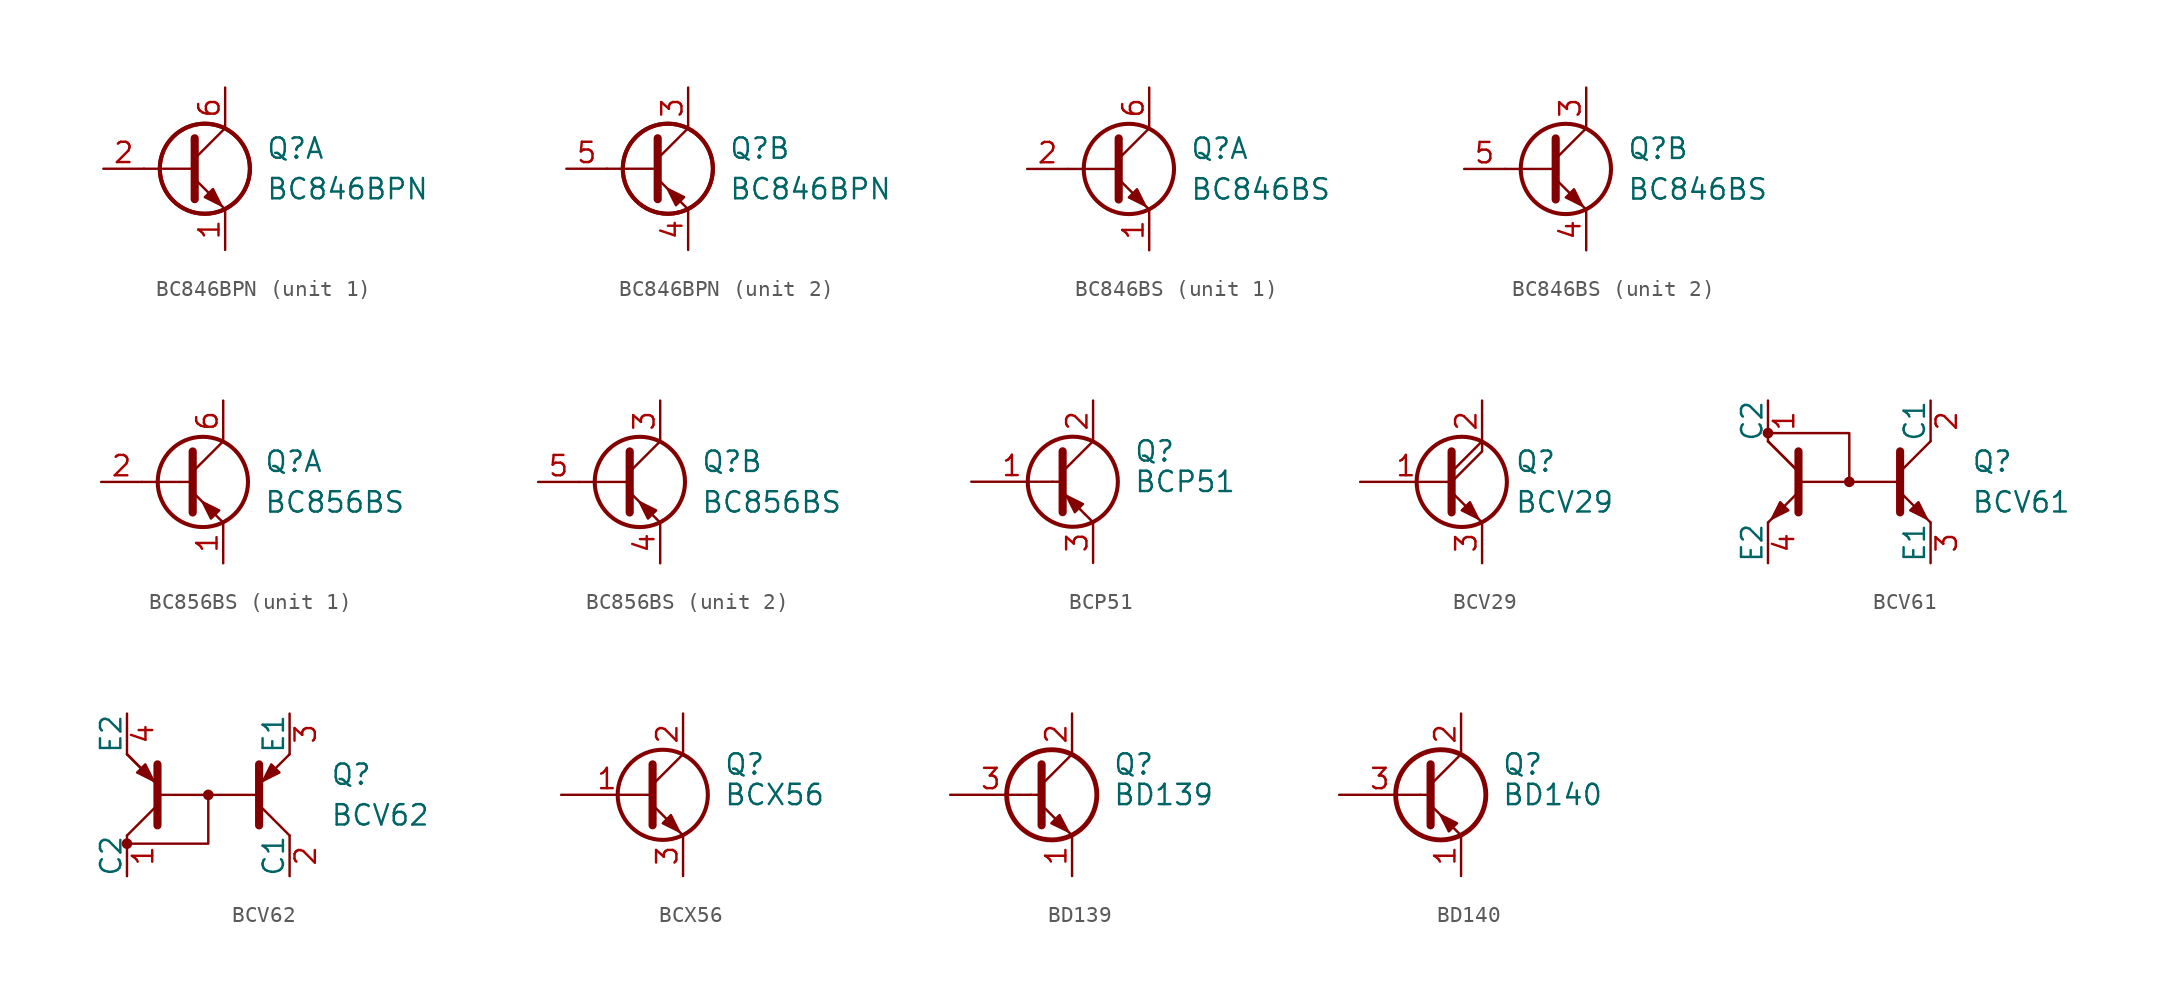
<source format=kicad_sym>
(kicad_symbol_lib
  (version 20220914)
  (generator kicad_symbol_editor)
  (symbol "BC846BPN"
    (pin_names
      (offset 0) hide)
    (property "Reference" "Q"
      (at 5.08 1.27 0)
      (effects (font (size 1.27 1.27)) (justify left)))
    (property "Value" "BC846BPN"
      (at 5.08 -1.27 0)
      (effects (font (size 1.27 1.27)) (justify left)))
    (property "ki_locked" ""
      (at 0 0 0)
      (effects (font (size 1.27 1.27))))
    (symbol "BC846BPN_0_1"
      (polyline (pts (xy 0.635 0) (xy -2.54 0)) (stroke (width 0) (type solid)) (fill (type none)))
      (circle (center 1.27 0) (radius 2.819) (stroke (width 0.254) (type solid)) (fill (type none)))
      (circle (center 1.27 0) (radius 2.819) (stroke (width 0.254) (type solid)) (fill (type none))))
    (symbol "BC846BPN_1_1"
      (polyline (pts (xy 0.635 0.635) (xy 2.54 2.54)) (stroke (width 0) (type solid)) (fill (type none)))
      (polyline (pts (xy 0.635 -0.635) (xy 2.54 -2.54) (xy 2.54 -2.54)) (stroke (width 0) (type solid)) (fill (type none)))
      (polyline (pts (xy 0.635 1.905) (xy 0.635 -1.905) (xy 0.635 -1.905)) (stroke (width 0.508) (type solid)) (fill (type none)))
      (polyline (pts (xy 1.27 -1.778) (xy 1.778 -1.27) (xy 2.286 -2.286) (xy 1.27 -1.778) (xy 1.27 -1.778)) (stroke (width 0) (type solid)) (fill (type outline)))
      (pin passive line (at 2.54 -5.08 90) (length 2.54) (name "E1" (effects (font (size 1.27 1.27)))) (number "1" (effects (font (size 1.27 1.27)))))
      (pin input line (at -5.08 0 0) (length 2.54) (name "B1" (effects (font (size 1.27 1.27)))) (number "2" (effects (font (size 1.27 1.27)))))
      (pin passive line (at 2.54 5.08 270) (length 2.54) (name "C1" (effects (font (size 1.27 1.27)))) (number "6" (effects (font (size 1.27 1.27))))))
    (symbol "BC846BPN_2_1"
      (polyline (pts (xy 0.635 0.635) (xy 2.54 2.54)) (stroke (width 0) (type solid)) (fill (type none)))
      (polyline (pts (xy 0.635 -0.635) (xy 2.54 -2.54) (xy 2.54 -2.54)) (stroke (width 0) (type solid)) (fill (type none)))
      (polyline (pts (xy 0.635 1.905) (xy 0.635 -1.905) (xy 0.635 -1.905)) (stroke (width 0.508) (type solid)) (fill (type none)))
      (polyline (pts (xy 2.286 -1.778) (xy 1.778 -2.286) (xy 1.27 -1.27) (xy 2.286 -1.778) (xy 2.286 -1.778)) (stroke (width 0) (type solid)) (fill (type outline)))
      (pin passive line (at 2.54 5.08 270) (length 2.54) (name "C2" (effects (font (size 1.27 1.27)))) (number "3" (effects (font (size 1.27 1.27)))))
      (pin passive line (at 2.54 -5.08 90) (length 2.54) (name "E2" (effects (font (size 1.27 1.27)))) (number "4" (effects (font (size 1.27 1.27)))))
      (pin input line (at -5.08 0 0) (length 2.54) (name "B2" (effects (font (size 1.27 1.27)))) (number "5" (effects (font (size 1.27 1.27)))))))
  (symbol "BC846BS"
    (pin_names
      (offset 0) hide)
    (property "Reference" "Q"
      (at 5.08 1.27 0)
      (effects (font (size 1.27 1.27)) (justify left)))
    (property "Value" "BC846BS"
      (at 5.08 -1.27 0)
      (effects (font (size 1.27 1.27)) (justify left)))
    (property "ki_locked" ""
      (at 0 0 0)
      (effects (font (size 1.27 1.27))))
    (symbol "BC846BS_0_1"
      (polyline (pts (xy 0.635 0) (xy -2.54 0)) (stroke (width 0) (type solid)) (fill (type none)))
      (polyline (pts (xy 0.635 0.635) (xy 2.54 2.54)) (stroke (width 0) (type solid)) (fill (type none)))
      (polyline (pts (xy 0.635 -0.635) (xy 2.54 -2.54) (xy 2.54 -2.54)) (stroke (width 0) (type solid)) (fill (type none)))
      (polyline (pts (xy 0.635 1.905) (xy 0.635 -1.905) (xy 0.635 -1.905)) (stroke (width 0.508) (type solid)) (fill (type none)))
      (polyline (pts (xy 1.27 -1.778) (xy 1.778 -1.27) (xy 2.286 -2.286) (xy 1.27 -1.778) (xy 1.27 -1.778)) (stroke (width 0) (type solid)) (fill (type outline)))
      (circle (center 1.27 0) (radius 2.819) (stroke (width 0.254) (type solid)) (fill (type none))))
    (symbol "BC846BS_1_1"
      (pin passive line (at 2.54 -5.08 90) (length 2.54) (name "E1" (effects (font (size 1.27 1.27)))) (number "1" (effects (font (size 1.27 1.27)))))
      (pin input line (at -5.08 0 0) (length 2.54) (name "B1" (effects (font (size 1.27 1.27)))) (number "2" (effects (font (size 1.27 1.27)))))
      (pin passive line (at 2.54 5.08 270) (length 2.54) (name "C1" (effects (font (size 1.27 1.27)))) (number "6" (effects (font (size 1.27 1.27))))))
    (symbol "BC846BS_2_1"
      (pin passive line (at 2.54 5.08 270) (length 2.54) (name "C2" (effects (font (size 1.27 1.27)))) (number "3" (effects (font (size 1.27 1.27)))))
      (pin passive line (at 2.54 -5.08 90) (length 2.54) (name "E2" (effects (font (size 1.27 1.27)))) (number "4" (effects (font (size 1.27 1.27)))))
      (pin input line (at -5.08 0 0) (length 2.54) (name "B2" (effects (font (size 1.27 1.27)))) (number "5" (effects (font (size 1.27 1.27)))))))
  (symbol "BC856BS"
    (pin_names
      (offset 0) hide)
    (property "Reference" "Q"
      (at 5.08 1.27 0)
      (effects (font (size 1.27 1.27)) (justify left)))
    (property "Value" "BC856BS"
      (at 5.08 -1.27 0)
      (effects (font (size 1.27 1.27)) (justify left)))
    (property "ki_locked" ""
      (at 0 0 0)
      (effects (font (size 1.27 1.27))))
    (symbol "BC856BS_0_1"
      (polyline (pts (xy 0.635 0) (xy -2.54 0)) (stroke (width 0) (type solid)) (fill (type none)))
      (polyline (pts (xy 0.635 0.635) (xy 2.54 2.54)) (stroke (width 0) (type solid)) (fill (type none)))
      (polyline (pts (xy 0.635 -0.635) (xy 2.54 -2.54) (xy 2.54 -2.54)) (stroke (width 0) (type solid)) (fill (type none)))
      (polyline (pts (xy 0.635 1.905) (xy 0.635 -1.905) (xy 0.635 -1.905)) (stroke (width 0.508) (type solid)) (fill (type none)))
      (polyline (pts (xy 2.286 -1.778) (xy 1.778 -2.286) (xy 1.27 -1.27) (xy 2.286 -1.778) (xy 2.286 -1.778)) (stroke (width 0) (type solid)) (fill (type outline)))
      (circle (center 1.27 0) (radius 2.819) (stroke (width 0.254) (type solid)) (fill (type none))))
    (symbol "BC856BS_1_1"
      (pin passive line (at 2.54 -5.08 90) (length 2.54) (name "E1" (effects (font (size 1.27 1.27)))) (number "1" (effects (font (size 1.27 1.27)))))
      (pin input line (at -5.08 0 0) (length 2.54) (name "B1" (effects (font (size 1.27 1.27)))) (number "2" (effects (font (size 1.27 1.27)))))
      (pin passive line (at 2.54 5.08 270) (length 2.54) (name "C1" (effects (font (size 1.27 1.27)))) (number "6" (effects (font (size 1.27 1.27))))))
    (symbol "BC856BS_2_1"
      (pin passive line (at 2.54 5.08 270) (length 2.54) (name "C2" (effects (font (size 1.27 1.27)))) (number "3" (effects (font (size 1.27 1.27)))))
      (pin passive line (at 2.54 -5.08 90) (length 2.54) (name "E2" (effects (font (size 1.27 1.27)))) (number "4" (effects (font (size 1.27 1.27)))))
      (pin input line (at -5.08 0 0) (length 2.54) (name "B2" (effects (font (size 1.27 1.27)))) (number "5" (effects (font (size 1.27 1.27)))))))
  (symbol "BCP51"
    (pin_names
      (offset 0) hide)
    (property "Reference" "Q"
      (at 5.08 1.905 0)
      (effects (font (size 1.27 1.27)) (justify left)))
    (property "Value" "BCP51"
      (at 5.08 0 0)
      (effects (font (size 1.27 1.27)) (justify left)))
    (symbol "BCP51_0_1"
      (polyline (pts (xy 0 0) (xy 0.635 0)) (stroke (width 0) (type solid)) (fill (type none)))
      (polyline (pts (xy 2.54 -2.54) (xy 0.635 -0.635)) (stroke (width 0) (type solid)) (fill (type none)))
      (polyline (pts (xy 2.54 2.54) (xy 0.635 0.635)) (stroke (width 0) (type solid)) (fill (type none)))
      (polyline (pts (xy 0.635 1.905) (xy 0.635 -1.905) (xy 0.635 -1.905)) (stroke (width 0.508) (type solid)) (fill (type outline)))
      (polyline (pts (xy 1.397 -1.905) (xy 1.905 -1.397) (xy 0.889 -0.889) (xy 1.397 -1.905) (xy 1.397 -1.905)) (stroke (width 0) (type solid)) (fill (type outline)))
      (circle (center 1.27 0) (radius 2.819) (stroke (width 0.254) (type solid)) (fill (type none))))
    (symbol "BCP51_1_1"
      (pin input line (at -5.08 0 0) (length 5.08) (name "B" (effects (font (size 1.27 1.27)))) (number "1" (effects (font (size 1.27 1.27)))))
      (pin passive line (at 2.54 5.08 270) (length 2.54) (name "C" (effects (font (size 1.27 1.27)))) (number "2" (effects (font (size 1.27 1.27)))))
      (pin passive line (at 2.54 -5.08 90) (length 2.54) (name "E" (effects (font (size 1.27 1.27)))) (number "3" (effects (font (size 1.27 1.27)))))))
  (symbol "BCV29"
    (pin_names
      (offset 0) hide)
    (property "Reference" "Q"
      (at 4.572 1.27 0)
      (effects (font (size 1.27 1.27)) (justify left)))
    (property "Value" "BCV29"
      (at 4.572 -1.27 0)
      (effects (font (size 1.27 1.27)) (justify left)))
    (symbol "BCV29_0_1"
      (polyline (pts (xy 0.635 0.635) (xy 2.54 2.54)) (stroke (width 0) (type solid)) (fill (type none)))
      (polyline (pts (xy 0.635 -0.635) (xy 2.54 -2.54) (xy 2.54 -2.54)) (stroke (width 0) (type solid)) (fill (type none)))
      (polyline (pts (xy 0.635 0) (xy 2.54 1.905) (xy 2.54 2.54)) (stroke (width 0) (type solid)) (fill (type none)))
      (polyline (pts (xy 0.635 1.905) (xy 0.635 -1.905) (xy 0.635 -1.905)) (stroke (width 0.508) (type solid)) (fill (type none)))
      (polyline (pts (xy 1.27 -1.778) (xy 1.778 -1.27) (xy 2.286 -2.286) (xy 1.27 -1.778) (xy 1.27 -1.778)) (stroke (width 0) (type solid)) (fill (type outline)))
      (circle (center 1.27 0) (radius 2.819) (stroke (width 0.254) (type solid)) (fill (type none))))
    (symbol "BCV29_1_1"
      (pin input line (at -5.08 0 0) (length 5.715) (name "B" (effects (font (size 1.27 1.27)))) (number "1" (effects (font (size 1.27 1.27)))))
      (pin passive line (at 2.54 5.08 270) (length 2.54) (name "C" (effects (font (size 1.27 1.27)))) (number "2" (effects (font (size 1.27 1.27)))))
      (pin passive line (at 2.54 -5.08 90) (length 2.54) (name "E" (effects (font (size 1.27 1.27)))) (number "3" (effects (font (size 1.27 1.27)))))))
  (symbol "BCV61"
    (pin_names
      (offset 0))
    (property "Reference" "Q"
      (at 7.62 1.27 0)
      (effects (font (size 1.27 1.27)) (justify left)))
    (property "Value" "BCV61"
      (at 7.62 -1.27 0)
      (effects (font (size 1.27 1.27)) (justify left)))
    (symbol "BCV61_0_1"
      (circle (center -5.08 3.048) (radius 0.254) (stroke (width 0) (type solid)) (fill (type outline)))
      (polyline (pts (xy -5.08 -2.54) (xy -3.175 -0.635)) (stroke (width 0) (type solid)) (fill (type none)))
      (polyline (pts (xy -5.08 2.54) (xy -3.175 0.635)) (stroke (width 0) (type solid)) (fill (type none)))
      (polyline (pts (xy -5.08 2.54) (xy -3.175 0.635)) (stroke (width 0) (type solid)) (fill (type none)))
      (polyline (pts (xy 3.175 0) (xy -3.175 0)) (stroke (width 0) (type solid)) (fill (type none)))
      (polyline (pts (xy 5.08 -2.54) (xy 3.175 -0.635)) (stroke (width 0) (type solid)) (fill (type none)))
      (polyline (pts (xy 5.08 2.54) (xy 3.175 0.635)) (stroke (width 0) (type solid)) (fill (type none)))
      (polyline (pts (xy -3.175 -1.905) (xy -3.175 1.905) (xy -3.175 1.905)) (stroke (width 0.508) (type solid)) (fill (type outline)))
      (polyline (pts (xy 0 0) (xy 0 3.048) (xy -5.08 3.048)) (stroke (width 0) (type solid)) (fill (type none)))
      (polyline (pts (xy 3.175 -1.905) (xy 3.175 1.905) (xy 3.175 1.905)) (stroke (width 0.508) (type solid)) (fill (type outline)))
      (polyline (pts (xy -3.81 -1.778) (xy -4.318 -1.27) (xy -4.826 -2.286) (xy -3.81 -1.778) (xy -3.81 -1.778)) (stroke (width 0) (type solid)) (fill (type outline)))
      (polyline (pts (xy 3.81 -1.778) (xy 4.318 -1.27) (xy 4.826 -2.286) (xy 3.81 -1.778) (xy 3.81 -1.778)) (stroke (width 0) (type solid)) (fill (type outline)))
      (circle (center 0 0) (radius 0.254) (stroke (width 0) (type solid)) (fill (type outline))))
    (symbol "BCV61_1_1"
      (pin passive line (at -5.08 5.08 270) (length 2.54) (name "C2" (effects (font (size 1.27 1.27)))) (number "1" (effects (font (size 1.27 1.27)))))
      (pin passive line (at 5.08 5.08 270) (length 2.54) (name "C1" (effects (font (size 1.27 1.27)))) (number "2" (effects (font (size 1.27 1.27)))))
      (pin passive line (at 5.08 -5.08 90) (length 2.54) (name "E1" (effects (font (size 1.27 1.27)))) (number "3" (effects (font (size 1.27 1.27)))))
      (pin passive line (at -5.08 -5.08 90) (length 2.54) (name "E2" (effects (font (size 1.27 1.27)))) (number "4" (effects (font (size 1.27 1.27)))))))
  (symbol "BCV62"
    (pin_names
      (offset 0))
    (property "Reference" "Q"
      (at 7.62 1.27 0)
      (effects (font (size 1.27 1.27)) (justify left)))
    (property "Value" "BCV62"
      (at 7.62 -1.27 0)
      (effects (font (size 1.27 1.27)) (justify left)))
    (symbol "BCV62_0_1"
      (circle (center -5.08 -3.048) (radius 0.254) (stroke (width 0) (type solid)) (fill (type outline)))
      (polyline (pts (xy -5.08 -2.54) (xy -3.175 -0.635)) (stroke (width 0) (type solid)) (fill (type none)))
      (polyline (pts (xy -5.08 2.54) (xy -3.175 0.635)) (stroke (width 0) (type solid)) (fill (type none)))
      (polyline (pts (xy -5.08 2.54) (xy -3.175 0.635)) (stroke (width 0) (type solid)) (fill (type none)))
      (polyline (pts (xy 3.175 0) (xy -3.175 0)) (stroke (width 0) (type solid)) (fill (type none)))
      (polyline (pts (xy 5.08 -2.54) (xy 3.175 -0.635)) (stroke (width 0) (type solid)) (fill (type none)))
      (polyline (pts (xy 5.08 2.54) (xy 3.175 0.635)) (stroke (width 0) (type solid)) (fill (type none)))
      (polyline (pts (xy -3.175 -1.905) (xy -3.175 1.905) (xy -3.175 1.905)) (stroke (width 0.508) (type solid)) (fill (type outline)))
      (polyline (pts (xy 0 0) (xy 0 -3.048) (xy -5.08 -3.048)) (stroke (width 0) (type solid)) (fill (type none)))
      (polyline (pts (xy 3.175 -1.905) (xy 3.175 1.905) (xy 3.175 1.905)) (stroke (width 0.508) (type solid)) (fill (type outline)))
      (polyline (pts (xy -3.937 1.905) (xy -4.445 1.397) (xy -3.429 0.889) (xy -3.937 1.905) (xy -3.937 1.905)) (stroke (width 0) (type solid)) (fill (type outline)))
      (polyline (pts (xy 3.937 1.905) (xy 4.445 1.397) (xy 3.429 0.889) (xy 3.937 1.905) (xy 3.937 1.905)) (stroke (width 0) (type solid)) (fill (type outline)))
      (circle (center 0 0) (radius 0.254) (stroke (width 0) (type solid)) (fill (type outline))))
    (symbol "BCV62_1_1"
      (pin passive line (at -5.08 -5.08 90) (length 2.54) (name "C2" (effects (font (size 1.27 1.27)))) (number "1" (effects (font (size 1.27 1.27)))))
      (pin passive line (at 5.08 -5.08 90) (length 2.54) (name "C1" (effects (font (size 1.27 1.27)))) (number "2" (effects (font (size 1.27 1.27)))))
      (pin passive line (at 5.08 5.08 270) (length 2.54) (name "E1" (effects (font (size 1.27 1.27)))) (number "3" (effects (font (size 1.27 1.27)))))
      (pin passive line (at -5.08 5.08 270) (length 2.54) (name "E2" (effects (font (size 1.27 1.27)))) (number "4" (effects (font (size 1.27 1.27)))))))
  (symbol "BCX56"
    (pin_names
      (offset 0) hide)
    (property "Reference" "Q"
      (at 5.08 1.905 0)
      (effects (font (size 1.27 1.27)) (justify left)))
    (property "Value" "BCX56"
      (at 5.08 0 0)
      (effects (font (size 1.27 1.27)) (justify left)))
    (symbol "BCX56_0_1"
      (polyline (pts (xy 0.635 0.635) (xy 2.54 2.54)) (stroke (width 0) (type solid)) (fill (type none)))
      (polyline (pts (xy 0.635 -0.635) (xy 2.54 -2.54) (xy 2.54 -2.54)) (stroke (width 0) (type solid)) (fill (type none)))
      (polyline (pts (xy 0.635 1.905) (xy 0.635 -1.905) (xy 0.635 -1.905)) (stroke (width 0.508) (type solid)) (fill (type none)))
      (polyline (pts (xy 1.27 -1.778) (xy 1.778 -1.27) (xy 2.286 -2.286) (xy 1.27 -1.778) (xy 1.27 -1.778)) (stroke (width 0) (type solid)) (fill (type outline)))
      (circle (center 1.27 0) (radius 2.819) (stroke (width 0.254) (type solid)) (fill (type none))))
    (symbol "BCX56_1_1"
      (pin input line (at -5.08 0 0) (length 5.715) (name "B" (effects (font (size 1.27 1.27)))) (number "1" (effects (font (size 1.27 1.27)))))
      (pin passive line (at 2.54 5.08 270) (length 2.54) (name "C" (effects (font (size 1.27 1.27)))) (number "2" (effects (font (size 1.27 1.27)))))
      (pin passive line (at 2.54 -5.08 90) (length 2.54) (name "E" (effects (font (size 1.27 1.27)))) (number "3" (effects (font (size 1.27 1.27)))))))
  (symbol "BD139"
    (pin_names
      (offset 0) hide)
    (property "Reference" "Q"
      (at 5.08 1.905 0)
      (effects (font (size 1.27 1.27)) (justify left)))
    (property "Value" "BD139"
      (at 5.08 0 0)
      (effects (font (size 1.27 1.27)) (justify left)))
    (symbol "BD139_0_1"
      (polyline (pts (xy 0 0) (xy 0.635 0)) (stroke (width 0) (type solid)) (fill (type none)))
      (polyline (pts (xy 2.54 -2.54) (xy 0.635 -0.635)) (stroke (width 0) (type solid)) (fill (type none)))
      (polyline (pts (xy 2.54 2.54) (xy 0.635 0.635)) (stroke (width 0) (type solid)) (fill (type none)))
      (polyline (pts (xy 0.635 1.905) (xy 0.635 -1.905) (xy 0.635 -1.905)) (stroke (width 0.508) (type solid)) (fill (type outline)))
      (polyline (pts (xy 1.245 -1.778) (xy 1.753 -1.27) (xy 2.286 -2.286) (xy 1.245 -1.778) (xy 1.245 -1.778)) (stroke (width 0) (type solid)) (fill (type outline)))
      (circle (center 1.27 0) (radius 2.819) (stroke (width 0.305) (type solid)) (fill (type none))))
    (symbol "BD139_1_1"
      (pin passive line (at 2.54 -5.08 90) (length 2.54) (name "E" (effects (font (size 1.27 1.27)))) (number "1" (effects (font (size 1.27 1.27)))))
      (pin passive line (at 2.54 5.08 270) (length 2.54) (name "C" (effects (font (size 1.27 1.27)))) (number "2" (effects (font (size 1.27 1.27)))))
      (pin input line (at -5.08 0 0) (length 5.08) (name "B" (effects (font (size 1.27 1.27)))) (number "3" (effects (font (size 1.27 1.27)))))))
  (symbol "BD140"
    (pin_names
      (offset 0) hide)
    (property "Reference" "Q"
      (at 5.08 1.905 0)
      (effects (font (size 1.27 1.27)) (justify left)))
    (property "Value" "BD140"
      (at 5.08 0 0)
      (effects (font (size 1.27 1.27)) (justify left)))
    (symbol "BD140_0_1"
      (polyline (pts (xy 0 0) (xy 0.635 0)) (stroke (width 0) (type solid)) (fill (type none)))
      (polyline (pts (xy 2.54 -2.54) (xy 0.635 -0.635)) (stroke (width 0) (type solid)) (fill (type none)))
      (polyline (pts (xy 2.54 2.54) (xy 0.635 0.635)) (stroke (width 0) (type solid)) (fill (type none)))
      (polyline (pts (xy 0.635 1.905) (xy 0.635 -1.905) (xy 0.635 -1.905)) (stroke (width 0.508) (type solid)) (fill (type outline)))
      (polyline (pts (xy 1.778 -2.286) (xy 2.286 -1.778) (xy 1.27 -1.27) (xy 1.778 -2.286) (xy 1.778 -2.286)) (stroke (width 0) (type solid)) (fill (type outline)))
      (circle (center 1.27 0) (radius 2.819) (stroke (width 0.305) (type solid)) (fill (type none))))
    (symbol "BD140_1_1"
      (pin passive line (at 2.54 -5.08 90) (length 2.54) (name "E" (effects (font (size 1.27 1.27)))) (number "1" (effects (font (size 1.27 1.27)))))
      (pin passive line (at 2.54 5.08 270) (length 2.54) (name "C" (effects (font (size 1.27 1.27)))) (number "2" (effects (font (size 1.27 1.27)))))
      (pin input line (at -5.08 0 0) (length 5.08) (name "B" (effects (font (size 1.27 1.27)))) (number "3" (effects (font (size 1.27 1.27))))))))
</source>
